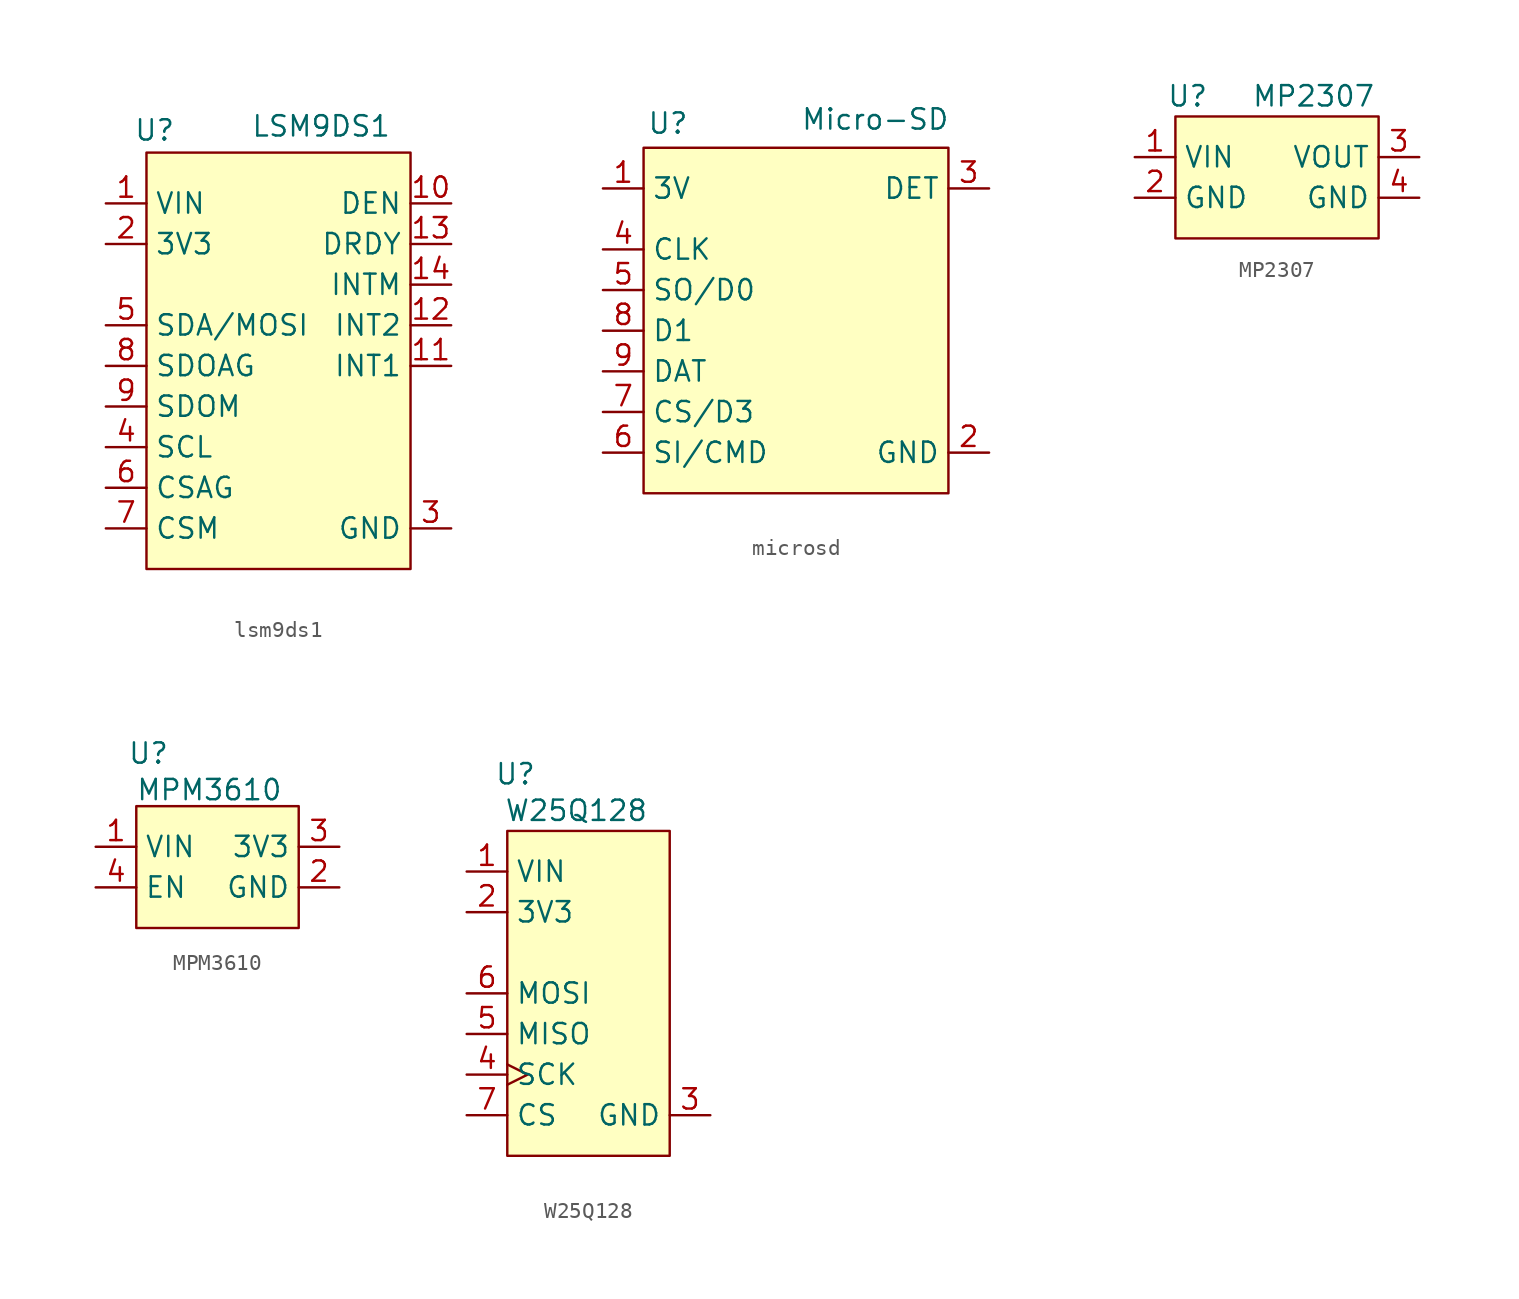
<source format=kicad_sym>
(kicad_symbol_lib
  (version 20241209)
  (generator "kicad_symbol_editor")
  (generator_version "9.0")
  (symbol "lsm9ds1"
    (property "Reference" "U"
      (at 4.318 -1.778 0)
      (effects (font (size 1.27 1.27))))
    (property "Value" "LSM9DS1"
      (at 14.732 -1.524 0)
      (effects (font (size 1.27 1.27))))
    (symbol "lsm9ds1_0_0"
      (pin power_out line (at 1.27 -8.89 0) (length 2.54) (name "3V3" (effects (font (size 1.27 1.27)))) (number "2" (effects (font (size 1.27 1.27)))))
      (pin output line (at 1.27 -16.51 0) (length 2.54) (name "SDOAG" (effects (font (size 1.27 1.27)))) (number "8" (effects (font (size 1.27 1.27)))))
      (pin output line (at 1.27 -19.05 0) (length 2.54) (name "SDOM" (effects (font (size 1.27 1.27)))) (number "9" (effects (font (size 1.27 1.27)))))
      (pin input line (at 1.27 -21.59 0) (length 2.54) (name "SCL" (effects (font (size 1.27 1.27)))) (number "4" (effects (font (size 1.27 1.27)))))
      (pin input line (at 1.27 -24.13 0) (length 2.54) (name "CSAG" (effects (font (size 1.27 1.27)))) (number "6" (effects (font (size 1.27 1.27)))))
      (pin input line (at 1.27 -26.67 0) (length 2.54) (name "CSM" (effects (font (size 1.27 1.27)))) (number "7" (effects (font (size 1.27 1.27)))))
      (pin output line (at 22.86 -6.35 180) (length 2.54) (name "DEN" (effects (font (size 1.27 1.27)))) (number "10" (effects (font (size 1.27 1.27)))))
      (pin output line (at 22.86 -8.89 180) (length 2.54) (name "DRDY" (effects (font (size 1.27 1.27)))) (number "13" (effects (font (size 1.27 1.27)))))
      (pin output line (at 22.86 -11.43 180) (length 2.54) (name "INTM" (effects (font (size 1.27 1.27)))) (number "14" (effects (font (size 1.27 1.27)))))
      (pin output line (at 22.86 -13.97 180) (length 2.54) (name "INT2" (effects (font (size 1.27 1.27)))) (number "12" (effects (font (size 1.27 1.27)))))
      (pin output line (at 22.86 -16.51 180) (length 2.54) (name "INT1" (effects (font (size 1.27 1.27)))) (number "11" (effects (font (size 1.27 1.27))))))
    (symbol "lsm9ds1_0_1"
      (rectangle (start 3.81 -3.175) (end 20.32 -29.21) (stroke (width 0) (type default)) (fill (type background))))
    (symbol "lsm9ds1_1_0"
      (pin power_out line (at 1.27 -6.35 0) (length 2.54) (name "VIN" (effects (font (size 1.27 1.27)))) (number "1" (effects (font (size 1.27 1.27)))))
      (pin input line (at 1.27 -13.97 0) (length 2.54) (name "SDA/MOSI" (effects (font (size 1.27 1.27)))) (number "5" (effects (font (size 1.27 1.27)))))
      (pin power_in line (at 22.86 -26.67 180) (length 2.54) (name "GND" (effects (font (size 1.27 1.27)))) (number "3" (effects (font (size 1.27 1.27)))))))
  (symbol "microsd"
    (property "Reference" "U"
      (at -8.636 11.684 0)
      (effects (font (size 1.27 1.27))))
    (property "Value" "Micro-SD"
      (at 4.318 11.938 0)
      (effects (font (size 1.27 1.27))))
    (symbol "microsd_0_0"
      (pin input line (at -12.7 3.81 0) (length 2.54) (name "CLK" (effects (font (size 1.27 1.27)))) (number "4" (effects (font (size 1.27 1.27)))))
      (pin bidirectional line (at -12.7 1.27 0) (length 2.54) (name "SO/D0" (effects (font (size 1.27 1.27)))) (number "5" (effects (font (size 1.27 1.27)))))
      (pin bidirectional line (at -12.7 -1.27 0) (length 2.54) (name "D1" (effects (font (size 1.27 1.27)))) (number "8" (effects (font (size 1.27 1.27)))))
      (pin bidirectional line (at -12.7 -3.81 0) (length 2.54) (name "DAT" (effects (font (size 1.27 1.27)))) (number "9" (effects (font (size 1.27 1.27)))))
      (pin bidirectional line (at -12.7 -6.35 0) (length 2.54) (name "CS/D3" (effects (font (size 1.27 1.27)))) (number "7" (effects (font (size 1.27 1.27)))))
      (pin bidirectional line (at -12.7 -8.89 0) (length 2.54) (name "SI/CMD" (effects (font (size 1.27 1.27)))) (number "6" (effects (font (size 1.27 1.27)))))
      (pin unspecified line (at 11.43 7.62 180) (length 2.54) (name "DET" (effects (font (size 1.27 1.27)))) (number "3" (effects (font (size 1.27 1.27)))))
      (pin power_in line (at 11.43 -8.89 180) (length 2.54) (name "GND" (effects (font (size 1.27 1.27)))) (number "2" (effects (font (size 1.27 1.27))))))
    (symbol "microsd_0_1"
      (rectangle (start -10.16 10.16) (end 8.89 -11.43) (stroke (width 0) (type default)) (fill (type background))))
    (symbol "microsd_1_0"
      (pin input line (at -12.7 7.62 0) (length 2.54) (name "3V" (effects (font (size 1.27 1.27)))) (number "1" (effects (font (size 1.27 1.27)))))))
  (symbol "MP2307"
    (property "Reference" "U"
      (at -5.588 5.08 0)
      (effects (font (size 1.27 1.27))))
    (property "Value" "MP2307"
      (at 2.286 5.08 0)
      (effects (font (size 1.27 1.27))))
    (symbol "MP2307_0_0"
      (pin power_in line (at -8.89 1.27 0) (length 2.54) (name "VIN" (effects (font (size 1.27 1.27)))) (number "1" (effects (font (size 1.27 1.27)))))
      (pin power_out line (at -8.89 -1.27 0) (length 2.54) (name "GND" (effects (font (size 1.27 1.27)))) (number "2" (effects (font (size 1.27 1.27)))))
      (pin power_in line (at 8.89 1.27 180) (length 2.54) (name "VOUT" (effects (font (size 1.27 1.27)))) (number "3" (effects (font (size 1.27 1.27)))))
      (pin power_out line (at 8.89 -1.27 180) (length 2.54) (name "GND" (effects (font (size 1.27 1.27)))) (number "4" (effects (font (size 1.27 1.27))))))
    (symbol "MP2307_0_1"
      (rectangle (start -6.35 3.81) (end 6.35 -3.81) (stroke (width 0) (type default)) (fill (type background)))))
  (symbol "MPM3610"
    (property "Reference" "U"
      (at -4.318 7.112 0)
      (effects (font (size 1.27 1.27))))
    (property "Value" "MPM3610"
      (at -0.508 4.826 0)
      (effects (font (size 1.27 1.27))))
    (symbol "MPM3610_0_0"
      (pin power_in line (at -7.62 1.27 0) (length 2.54) (name "VIN" (effects (font (size 1.27 1.27)))) (number "1" (effects (font (size 1.27 1.27)))))
      (pin input line (at -7.62 -1.27 0) (length 2.54) (name "EN" (effects (font (size 1.27 1.27)))) (number "4" (effects (font (size 1.27 1.27)))))
      (pin power_in line (at 7.62 1.27 180) (length 2.54) (name "3V3" (effects (font (size 1.27 1.27)))) (number "3" (effects (font (size 1.27 1.27)))))
      (pin power_out line (at 7.62 -1.27 180) (length 2.54) (name "GND" (effects (font (size 1.27 1.27)))) (number "2" (effects (font (size 1.27 1.27))))))
    (symbol "MPM3610_0_1"
      (rectangle (start -5.08 3.81) (end 5.08 -3.81) (stroke (width 0) (type default)) (fill (type background)))))
  (symbol "W25Q128"
    (property "Reference" "U"
      (at -4.572 13.716 0)
      (effects (font (size 1.27 1.27))))
    (property "Value" "W25Q128"
      (at -0.762 11.43 0)
      (effects (font (size 1.27 1.27))))
    (symbol "W25Q128_0_0"
      (pin power_in line (at -7.62 7.62 0) (length 2.54) (name "VIN" (effects (font (size 1.27 1.27)))) (number "1" (effects (font (size 1.27 1.27)))))
      (pin power_in line (at -7.62 5.08 0) (length 2.54) (name "3V3" (effects (font (size 1.27 1.27)))) (number "2" (effects (font (size 1.27 1.27)))))
      (pin input clock (at -7.62 -5.08 0) (length 2.54) (name "SCK" (effects (font (size 1.27 1.27)))) (number "4" (effects (font (size 1.27 1.27)))))
      (pin input line (at -7.62 -7.62 0) (length 2.54) (name "CS" (effects (font (size 1.27 1.27)))) (number "7" (effects (font (size 1.27 1.27))))))
    (symbol "W25Q128_0_1"
      (rectangle (start -5.08 10.16) (end 5.08 -10.16) (stroke (width 0) (type default)) (fill (type background))))
    (symbol "W25Q128_1_0"
      (pin input line (at -7.62 0 0) (length 2.54) (name "MOSI" (effects (font (size 1.27 1.27)))) (number "6" (effects (font (size 1.27 1.27)))))
      (pin input line (at -7.62 -2.54 0) (length 2.54) (name "MISO" (effects (font (size 1.27 1.27)))) (number "5" (effects (font (size 1.27 1.27)))))
      (pin input line (at 7.62 -7.62 180) (length 2.54) (name "GND" (effects (font (size 1.27 1.27)))) (number "3" (effects (font (size 1.27 1.27))))))))
</source>
